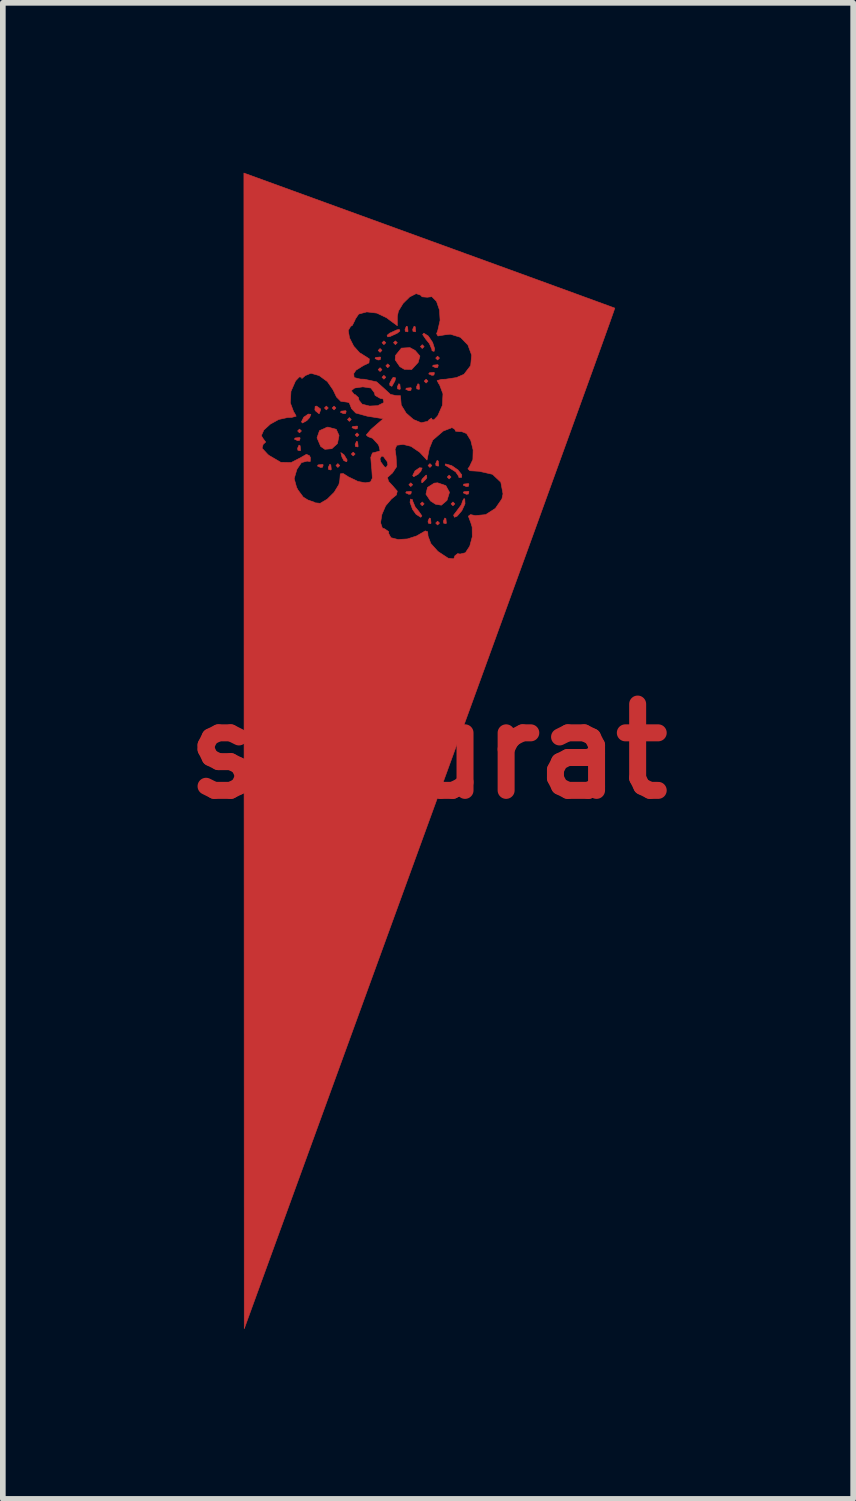
<source format=kicad_pcb>
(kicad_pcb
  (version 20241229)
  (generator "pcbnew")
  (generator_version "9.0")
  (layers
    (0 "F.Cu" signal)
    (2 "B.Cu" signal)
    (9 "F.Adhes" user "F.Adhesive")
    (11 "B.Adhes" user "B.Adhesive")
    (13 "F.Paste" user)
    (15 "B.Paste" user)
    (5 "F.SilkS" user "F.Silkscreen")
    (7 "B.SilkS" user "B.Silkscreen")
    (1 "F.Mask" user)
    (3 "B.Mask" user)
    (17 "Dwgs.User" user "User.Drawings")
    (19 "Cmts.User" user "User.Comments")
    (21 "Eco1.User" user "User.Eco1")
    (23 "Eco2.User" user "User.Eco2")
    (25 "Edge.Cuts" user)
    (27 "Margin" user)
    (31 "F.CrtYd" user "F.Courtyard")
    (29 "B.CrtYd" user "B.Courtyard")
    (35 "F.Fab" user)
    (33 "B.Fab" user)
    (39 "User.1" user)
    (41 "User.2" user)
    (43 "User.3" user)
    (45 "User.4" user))
  (footprint "sakurat"
    (layer "F.Cu")
    (at 4.507 10.215)
    (property "Reference" "sakurat" (at 0 0 0) (layer "F.Cu") (effects (font (size 1.524 1.524) (thickness 0.3))))
    (attr through_hole)
    (fp_poly (pts (xy -2.235 -5.656) (xy -2.269 -5.622) (xy -2.303 -5.656) (xy -2.269 -5.69) (xy -2.235 -5.656)) (stroke (width 0.01) (type solid)) (fill yes) (layer "F.Cu"))
    (fp_poly (pts (xy -1.761 -6.062) (xy -1.795 -6.028) (xy -1.829 -6.062) (xy -1.795 -6.096) (xy -1.761 -6.062)) (stroke (width 0.01) (type solid)) (fill yes) (layer "F.Cu"))
    (fp_poly (pts (xy -1.626 -6.062) (xy -1.659 -6.028) (xy -1.693 -6.062) (xy -1.659 -6.096) (xy -1.626 -6.062)) (stroke (width 0.01) (type solid)) (fill yes) (layer "F.Cu"))
    (fp_poly (pts (xy -1.558 -5.046) (xy -1.592 -5.012) (xy -1.626 -5.046) (xy -1.592 -5.08) (xy -1.558 -5.046)) (stroke (width 0.01) (type solid)) (fill yes) (layer "F.Cu"))
    (fp_poly (pts (xy -1.355 -5.859) (xy -1.389 -5.825) (xy -1.422 -5.859) (xy -1.389 -5.893) (xy -1.355 -5.859)) (stroke (width 0.01) (type solid)) (fill yes) (layer "F.Cu"))
    (fp_poly (pts (xy -1.287 -5.249) (xy -1.321 -5.215) (xy -1.355 -5.249) (xy -1.321 -5.283) (xy -1.287 -5.249)) (stroke (width 0.01) (type solid)) (fill yes) (layer "F.Cu"))
    (fp_poly (pts (xy -1.219 -5.588) (xy -1.253 -5.554) (xy -1.287 -5.588) (xy -1.253 -5.622) (xy -1.219 -5.588)) (stroke (width 0.01) (type solid)) (fill yes) (layer "F.Cu"))
    (fp_poly (pts (xy -0.813 -7.078) (xy -0.847 -7.044) (xy -0.881 -7.078) (xy -0.847 -7.112) (xy -0.813 -7.078)) (stroke (width 0.01) (type solid)) (fill yes) (layer "F.Cu"))
    (fp_poly (pts (xy -0.813 -6.739) (xy -0.847 -6.706) (xy -0.881 -6.739) (xy -0.847 -6.773) (xy -0.813 -6.739)) (stroke (width 0.01) (type solid)) (fill yes) (layer "F.Cu"))
    (fp_poly (pts (xy -0.745 -7.214) (xy -0.779 -7.18) (xy -0.813 -7.214) (xy -0.779 -7.247) (xy -0.745 -7.214)) (stroke (width 0.01) (type solid)) (fill yes) (layer "F.Cu"))
    (fp_poly (pts (xy -0.745 -6.604) (xy -0.779 -6.57) (xy -0.813 -6.604) (xy -0.779 -6.638) (xy -0.745 -6.604)) (stroke (width 0.01) (type solid)) (fill yes) (layer "F.Cu"))
    (fp_poly (pts (xy -0.677 -6.807) (xy -0.711 -6.773) (xy -0.745 -6.807) (xy -0.711 -6.841) (xy -0.677 -6.807)) (stroke (width 0.01) (type solid)) (fill yes) (layer "F.Cu"))
    (fp_poly (pts (xy -0.542 -7.214) (xy -0.576 -7.18) (xy -0.61 -7.214) (xy -0.576 -7.247) (xy -0.542 -7.214)) (stroke (width 0.01) (type solid)) (fill yes) (layer "F.Cu"))
    (fp_poly (pts (xy -0.271 -4.707) (xy -0.305 -4.674) (xy -0.339 -4.707) (xy -0.305 -4.741) (xy -0.271 -4.707)) (stroke (width 0.01) (type solid)) (fill yes) (layer "F.Cu"))
    (fp_poly (pts (xy -0.068 -7.146) (xy -0.102 -7.112) (xy -0.135 -7.146) (xy -0.102 -7.18) (xy -0.068 -7.146)) (stroke (width 0.01) (type solid)) (fill yes) (layer "F.Cu"))
    (fp_poly (pts (xy -0.068 -4.369) (xy -0.102 -4.335) (xy -0.135 -4.369) (xy -0.102 -4.403) (xy -0.068 -4.369)) (stroke (width 0.01) (type solid)) (fill yes) (layer "F.Cu"))
    (fp_poly (pts (xy 0 -6.536) (xy -0.034 -6.502) (xy -0.068 -6.536) (xy -0.034 -6.57) (xy 0 -6.536)) (stroke (width 0.01) (type solid)) (fill yes) (layer "F.Cu"))
    (fp_poly (pts (xy 0.068 -5.046) (xy 0.034 -5.012) (xy 0 -5.046) (xy 0.034 -5.08) (xy 0.068 -5.046)) (stroke (width 0.01) (type solid)) (fill yes) (layer "F.Cu"))
    (fp_poly (pts (xy 0.203 -6.943) (xy 0.169 -6.909) (xy 0.135 -6.943) (xy 0.169 -6.977) (xy 0.203 -6.943)) (stroke (width 0.01) (type solid)) (fill yes) (layer "F.Cu"))
    (fp_poly (pts (xy 0.203 -4.03) (xy 0.169 -3.996) (xy 0.135 -4.03) (xy 0.169 -4.064) (xy 0.203 -4.03)) (stroke (width 0.01) (type solid)) (fill yes) (layer "F.Cu"))
    (fp_poly (pts (xy 0.406 -4.843) (xy 0.373 -4.809) (xy 0.339 -4.843) (xy 0.373 -4.877) (xy 0.406 -4.843)) (stroke (width 0.01) (type solid)) (fill yes) (layer "F.Cu"))
    (fp_poly (pts (xy 0.474 -4.369) (xy 0.44 -4.335) (xy 0.406 -4.369) (xy 0.44 -4.403) (xy 0.474 -4.369)) (stroke (width 0.01) (type solid)) (fill yes) (layer "F.Cu"))
    (fp_poly (pts (xy -2.258 -5.532) (xy -2.267 -5.491) (xy -2.303 -5.486) (xy -2.359 -5.511) (xy -2.348 -5.532) (xy -2.268 -5.54) (xy -2.258 -5.532)) (stroke (width 0.01) (type solid)) (fill yes) (layer "F.Cu"))
    (fp_poly (pts (xy -2.258 -5.396) (xy -2.25 -5.316) (xy -2.258 -5.306) (xy -2.298 -5.315) (xy -2.303 -5.351) (xy -2.278 -5.407) (xy -2.258 -5.396)) (stroke (width 0.01) (type solid)) (fill yes) (layer "F.Cu"))
    (fp_poly (pts (xy -1.851 -5.057) (xy -1.861 -5.017) (xy -1.897 -5.012) (xy -1.952 -5.037) (xy -1.942 -5.057) (xy -1.861 -5.066) (xy -1.851 -5.057)) (stroke (width 0.01) (type solid)) (fill yes) (layer "F.Cu"))
    (fp_poly (pts (xy -1.716 -5.057) (xy -1.708 -4.977) (xy -1.716 -4.967) (xy -1.756 -4.976) (xy -1.761 -5.012) (xy -1.736 -5.068) (xy -1.716 -5.057)) (stroke (width 0.01) (type solid)) (fill yes) (layer "F.Cu"))
    (fp_poly (pts (xy -1.445 -6.006) (xy -1.454 -5.965) (xy -1.49 -5.961) (xy -1.546 -5.985) (xy -1.535 -6.006) (xy -1.455 -6.014) (xy -1.445 -6.006)) (stroke (width 0.01) (type solid)) (fill yes) (layer "F.Cu"))
    (fp_poly (pts (xy -1.242 -5.735) (xy -1.251 -5.694) (xy -1.287 -5.69) (xy -1.343 -5.714) (xy -1.332 -5.735) (xy -1.252 -5.743) (xy -1.242 -5.735)) (stroke (width 0.01) (type solid)) (fill yes) (layer "F.Cu"))
    (fp_poly (pts (xy -1.242 -5.464) (xy -1.234 -5.383) (xy -1.242 -5.374) (xy -1.282 -5.383) (xy -1.287 -5.419) (xy -1.262 -5.474) (xy -1.242 -5.464)) (stroke (width 0.01) (type solid)) (fill yes) (layer "F.Cu"))
    (fp_poly (pts (xy -0.835 -6.954) (xy -0.845 -6.914) (xy -0.881 -6.909) (xy -0.936 -6.934) (xy -0.926 -6.954) (xy -0.845 -6.962) (xy -0.835 -6.954)) (stroke (width 0.01) (type solid)) (fill yes) (layer "F.Cu"))
    (fp_poly (pts (xy -0.497 -6.48) (xy -0.489 -6.399) (xy -0.497 -6.39) (xy -0.537 -6.399) (xy -0.542 -6.435) (xy -0.517 -6.49) (xy -0.497 -6.48)) (stroke (width 0.01) (type solid)) (fill yes) (layer "F.Cu"))
    (fp_poly (pts (xy -0.361 -7.496) (xy -0.353 -7.415) (xy -0.361 -7.406) (xy -0.402 -7.415) (xy -0.406 -7.451) (xy -0.382 -7.506) (xy -0.361 -7.496)) (stroke (width 0.01) (type solid)) (fill yes) (layer "F.Cu"))
    (fp_poly (pts (xy -0.294 -6.412) (xy -0.303 -6.372) (xy -0.339 -6.367) (xy -0.394 -6.392) (xy -0.384 -6.412) (xy -0.303 -6.42) (xy -0.294 -6.412)) (stroke (width 0.01) (type solid)) (fill yes) (layer "F.Cu"))
    (fp_poly (pts (xy -0.294 -4.583) (xy -0.303 -4.543) (xy -0.339 -4.538) (xy -0.394 -4.563) (xy -0.384 -4.583) (xy -0.303 -4.591) (xy -0.294 -4.583)) (stroke (width 0.01) (type solid)) (fill yes) (layer "F.Cu"))
    (fp_poly (pts (xy -0.226 -7.496) (xy -0.218 -7.415) (xy -0.226 -7.406) (xy -0.266 -7.415) (xy -0.271 -7.451) (xy -0.246 -7.506) (xy -0.226 -7.496)) (stroke (width 0.01) (type solid)) (fill yes) (layer "F.Cu"))
    (fp_poly (pts (xy -0.158 -6.48) (xy -0.15 -6.399) (xy -0.158 -6.39) (xy -0.198 -6.399) (xy -0.203 -6.435) (xy -0.178 -6.49) (xy -0.158 -6.48)) (stroke (width 0.01) (type solid)) (fill yes) (layer "F.Cu"))
    (fp_poly (pts (xy 0.045 -4.109) (xy 0.053 -4.029) (xy 0.045 -4.019) (xy 0.005 -4.028) (xy 0 -4.064) (xy 0.025 -4.12) (xy 0.045 -4.109)) (stroke (width 0.01) (type solid)) (fill yes) (layer "F.Cu"))
    (fp_poly (pts (xy 0.113 -6.683) (xy 0.104 -6.643) (xy 0.068 -6.638) (xy 0.012 -6.663) (xy 0.023 -6.683) (xy 0.103 -6.691) (xy 0.113 -6.683)) (stroke (width 0.01) (type solid)) (fill yes) (layer "F.Cu"))
    (fp_poly (pts (xy 0.181 -6.818) (xy 0.171 -6.778) (xy 0.135 -6.773) (xy 0.08 -6.798) (xy 0.09 -6.818) (xy 0.171 -6.827) (xy 0.181 -6.818)) (stroke (width 0.01) (type solid)) (fill yes) (layer "F.Cu"))
    (fp_poly (pts (xy 0.181 -5.125) (xy 0.189 -5.045) (xy 0.181 -5.035) (xy 0.14 -5.044) (xy 0.135 -5.08) (xy 0.16 -5.136) (xy 0.181 -5.125)) (stroke (width 0.01) (type solid)) (fill yes) (layer "F.Cu"))
    (fp_poly (pts (xy 0.316 -4.109) (xy 0.324 -4.029) (xy 0.316 -4.019) (xy 0.276 -4.028) (xy 0.271 -4.064) (xy 0.296 -4.12) (xy 0.316 -4.109)) (stroke (width 0.01) (type solid)) (fill yes) (layer "F.Cu"))
    (fp_poly (pts (xy 0.722 -4.719) (xy 0.713 -4.678) (xy 0.677 -4.674) (xy 0.622 -4.698) (xy 0.632 -4.719) (xy 0.713 -4.727) (xy 0.722 -4.719)) (stroke (width 0.01) (type solid)) (fill yes) (layer "F.Cu"))
    (fp_poly (pts (xy 0.722 -4.583) (xy 0.713 -4.543) (xy 0.677 -4.538) (xy 0.622 -4.563) (xy 0.632 -4.583) (xy 0.713 -4.591) (xy 0.722 -4.583)) (stroke (width 0.01) (type solid)) (fill yes) (layer "F.Cu"))
    (fp_poly (pts (xy -2.068 -5.95) (xy -2.091 -5.892) (xy -2.14 -5.839) (xy -2.217 -5.796) (xy -2.235 -5.818) (xy -2.194 -5.9) (xy -2.114 -5.955) (xy -2.068 -5.95)) (stroke (width 0.01) (type solid)) (fill yes) (layer "F.Cu"))
    (fp_poly (pts (xy -1.491 -5.242) (xy -1.482 -5.234) (xy -1.428 -5.145) (xy -1.435 -5.112) (xy -1.486 -5.132) (xy -1.52 -5.196) (xy -1.54 -5.275) (xy -1.491 -5.242)) (stroke (width 0.01) (type solid)) (fill yes) (layer "F.Cu"))
    (fp_poly (pts (xy -0.572 -6.593) (xy -0.584 -6.54) (xy -0.638 -6.444) (xy -0.674 -6.46) (xy -0.677 -6.498) (xy -0.628 -6.59) (xy -0.61 -6.604) (xy -0.572 -6.593)) (stroke (width 0.01) (type solid)) (fill yes) (layer "F.Cu"))
    (fp_poly (pts (xy -0.104 -5.002) (xy -0.127 -4.944) (xy -0.176 -4.891) (xy -0.253 -4.848) (xy -0.271 -4.87) (xy -0.23 -4.952) (xy -0.15 -5.007) (xy -0.104 -5.002)) (stroke (width 0.01) (type solid)) (fill yes) (layer "F.Cu"))
    (fp_poly (pts (xy -1.899 -6.047) (xy -1.897 -6.028) (xy -1.92 -5.962) (xy -1.926 -5.961) (xy -1.984 -6.008) (xy -1.998 -6.028) (xy -1.993 -6.091) (xy -1.968 -6.096) (xy -1.899 -6.047)) (stroke (width 0.01) (type solid)) (fill yes) (layer "F.Cu"))
    (fp_poly (pts (xy -0.496 -7.421) (xy -0.542 -7.383) (xy -0.665 -7.326) (xy -0.711 -7.317) (xy -0.723 -7.345) (xy -0.677 -7.383) (xy -0.554 -7.44) (xy -0.508 -7.449) (xy -0.496 -7.421)) (stroke (width 0.01) (type solid)) (fill yes) (layer "F.Cu"))
    (fp_poly (pts (xy -0.021 -4.833) (xy -0.034 -4.809) (xy -0.098 -4.744) (xy -0.11 -4.741) (xy -0.114 -4.785) (xy -0.102 -4.809) (xy -0.038 -4.874) (xy -0.026 -4.877) (xy -0.021 -4.833)) (stroke (width 0.01) (type solid)) (fill yes) (layer "F.Cu"))
    (fp_poly (pts (xy -1.62 -5.685) (xy -1.571 -5.576) (xy -1.599 -5.434) (xy -1.698 -5.343) (xy -1.821 -5.332) (xy -1.895 -5.383) (xy -1.96 -5.535) (xy -1.916 -5.662) (xy -1.781 -5.723) (xy -1.76 -5.723) (xy -1.62 -5.685)) (stroke (width 0.01) (type solid)) (fill yes) (layer "F.Cu"))
    (fp_poly (pts (xy -0.273 -4.442) (xy -0.271 -4.419) (xy -0.227 -4.315) (xy -0.164 -4.238) (xy -0.108 -4.157) (xy -0.128 -4.132) (xy -0.211 -4.185) (xy -0.274 -4.273) (xy -0.318 -4.397) (xy -0.31 -4.454) (xy -0.273 -4.442)) (stroke (width 0.01) (type solid)) (fill yes) (layer "F.Cu"))
    (fp_poly (pts (xy -0.227 -7.077) (xy -0.143 -6.979) (xy -0.174 -6.866) (xy -0.289 -6.741) (xy -0.418 -6.744) (xy -0.497 -6.791) (xy -0.58 -6.912) (xy -0.574 -6.99) (xy -0.47 -7.119) (xy -0.32 -7.128) (xy -0.227 -7.077)) (stroke (width 0.01) (type solid)) (fill yes) (layer "F.Cu"))
    (fp_poly (pts (xy 0.005 -7.332) (xy 0.081 -7.219) (xy 0.118 -7.105) (xy 0.107 -7.061) (xy 0.07 -7.072) (xy 0.068 -7.096) (xy 0.024 -7.199) (xy -0.039 -7.276) (xy -0.095 -7.358) (xy -0.075 -7.383) (xy 0.005 -7.332)) (stroke (width 0.01) (type solid)) (fill yes) (layer "F.Cu"))
    (fp_poly (pts (xy 0.417 -5.045) (xy 0.529 -4.968) (xy 0.596 -4.882) (xy 0.593 -4.837) (xy 0.545 -4.834) (xy 0.542 -4.855) (xy 0.488 -4.934) (xy 0.389 -4.997) (xy 0.301 -5.053) (xy 0.309 -5.075) (xy 0.417 -5.045)) (stroke (width 0.01) (type solid)) (fill yes) (layer "F.Cu"))
    (fp_poly (pts (xy 0.649 -4.454) (xy 0.653 -4.37) (xy 0.597 -4.249) (xy 0.515 -4.153) (xy 0.467 -4.132) (xy 0.451 -4.17) (xy 0.503 -4.238) (xy 0.589 -4.354) (xy 0.61 -4.419) (xy 0.635 -4.463) (xy 0.649 -4.454)) (stroke (width 0.01) (type solid)) (fill yes) (layer "F.Cu"))
    (fp_poly (pts (xy 0.315 -4.691) (xy 0.379 -4.573) (xy 0.336 -4.434) (xy 0.332 -4.428) (xy 0.236 -4.346) (xy 0.132 -4.363) (xy 0.043 -4.421) (xy -0.037 -4.54) (xy -0.009 -4.66) (xy 0.109 -4.735) (xy 0.169 -4.741) (xy 0.315 -4.691)) (stroke (width 0.01) (type solid)) (fill yes) (layer "F.Cu"))
    (fp_poly (pts (xy 0.017 -9.021) (xy 0.649 -8.791) (xy 1.241 -8.576) (xy 1.782 -8.379) (xy 2.259 -8.205) (xy 2.66 -8.059) (xy 2.974 -7.944) (xy 3.188 -7.866) (xy 3.291 -7.828) (xy 3.298 -7.826) (xy 3.277 -7.763) (xy 3.212 -7.579) (xy 3.106 -7.283) (xy 2.961 -6.881) (xy 2.78 -6.38) (xy 2.566 -5.788) (xy 2.321 -5.112) (xy 2.048 -4.358) (xy 1.75 -3.535) (xy 1.428 -2.649) (xy 1.086 -1.707) (xy 0.726 -0.717) (xy 0.351 0.314) (xy 0.033 1.187) (xy -3.245 10.194) (xy -3.248 -0.008) (xy -3.249 -4.036) (xy -0.838 -4.036) (xy -0.806 -3.942) (xy -0.767 -3.929) (xy -0.696 -3.88) (xy -0.694 -3.844) (xy -0.655 -3.772) (xy -0.53 -3.74) (xy -0.364 -3.75) (xy -0.201 -3.803) (xy -0.165 -3.824) (xy -0.048 -3.892) (xy -0.006 -3.877) (xy 0 -3.8) (xy 0.05 -3.668) (xy 0.172 -3.532) (xy 0.178 -3.527) (xy 0.355 -3.41) (xy 0.454 -3.398) (xy 0.474 -3.452) (xy 0.523 -3.491) (xy 0.566 -3.483) (xy 0.66 -3.506) (xy 0.736 -3.621) (xy 0.781 -3.787) (xy 0.779 -3.959) (xy 0.756 -4.034) (xy 0.712 -4.152) (xy 0.75 -4.18) (xy 0.835 -4.162) (xy 1.017 -4.179) (xy 1.189 -4.289) (xy 1.304 -4.456) (xy 1.324 -4.545) (xy 1.285 -4.752) (xy 1.138 -4.891) (xy 0.904 -4.944) (xy 0.89 -4.945) (xy 0.739 -4.954) (xy 0.704 -4.989) (xy 0.732 -5.026) (xy 0.792 -5.153) (xy 0.796 -5.321) (xy 0.755 -5.488) (xy 0.68 -5.611) (xy 0.584 -5.648) (xy 0.567 -5.643) (xy 0.486 -5.652) (xy 0.474 -5.684) (xy 0.423 -5.715) (xy 0.274 -5.657) (xy 0.269 -5.655) (xy 0.083 -5.494) (xy 0.023 -5.345) (xy -0.018 -5.142) (xy -0.147 -5.28) (xy -0.302 -5.385) (xy -0.441 -5.419) (xy -0.552 -5.404) (xy -0.582 -5.333) (xy -0.564 -5.205) (xy -0.555 -5.025) (xy -0.629 -4.913) (xy -0.638 -4.906) (xy -0.716 -4.835) (xy -0.697 -4.766) (xy -0.628 -4.692) (xy -0.543 -4.594) (xy -0.558 -4.527) (xy -0.648 -4.453) (xy -0.749 -4.334) (xy -0.815 -4.181) (xy -0.838 -4.036) (xy -3.249 -4.036) (xy -3.25 -5.573) (xy -2.943 -5.573) (xy -2.91 -5.519) (xy -2.866 -5.461) (xy -2.911 -5.42) (xy -2.93 -5.352) (xy -2.829 -5.242) (xy -2.808 -5.225) (xy -2.6 -5.103) (xy -2.416 -5.099) (xy -2.257 -5.181) (xy -2.147 -5.244) (xy -2.093 -5.22) (xy -2.076 -5.184) (xy -2.08 -5.116) (xy -2.135 -5.124) (xy -2.235 -5.097) (xy -2.315 -4.979) (xy -2.363 -4.815) (xy -2.321 -4.662) (xy -2.297 -4.616) (xy -2.203 -4.489) (xy -2.12 -4.437) (xy -2.006 -4.398) (xy -1.994 -4.388) (xy -1.904 -4.379) (xy -1.78 -4.452) (xy -1.657 -4.574) (xy -1.574 -4.71) (xy -1.558 -4.784) (xy -1.549 -4.899) (xy -1.497 -4.905) (xy -1.407 -4.847) (xy -1.237 -4.765) (xy -1.109 -4.741) (xy -1.016 -4.756) (xy -0.983 -4.823) (xy -0.993 -4.981) (xy -0.997 -5.012) (xy -1.009 -5.166) (xy -0.849 -5.166) (xy -0.837 -5.114) (xy -0.772 -5.024) (xy -0.74 -5.012) (xy -0.709 -5.062) (xy -0.721 -5.114) (xy -0.786 -5.203) (xy -0.818 -5.215) (xy -0.849 -5.166) (xy -1.009 -5.166) (xy -1.011 -5.189) (xy -0.982 -5.268) (xy -0.921 -5.283) (xy -0.846 -5.305) (xy -0.867 -5.392) (xy -0.881 -5.419) (xy -0.979 -5.527) (xy -1.056 -5.554) (xy -1.091 -5.586) (xy -1.007 -5.684) (xy -0.974 -5.713) (xy -0.79 -5.872) (xy -1.072 -5.917) (xy -1.276 -5.973) (xy -1.354 -6.054) (xy -1.355 -6.063) (xy -1.391 -6.153) (xy -1.422 -6.164) (xy -1.541 -6.18) (xy -1.616 -6.256) (xy -1.669 -6.367) (xy -1.355 -6.367) (xy -1.303 -6.301) (xy -1.287 -6.299) (xy -1.227 -6.244) (xy -1.219 -6.198) (xy -1.163 -6.129) (xy -1.033 -6.096) (xy -0.888 -6.103) (xy -0.785 -6.155) (xy -0.779 -6.164) (xy -0.794 -6.222) (xy -0.843 -6.231) (xy -0.935 -6.284) (xy -0.948 -6.333) (xy -1.009 -6.414) (xy -1.151 -6.435) (xy -1.294 -6.415) (xy -1.355 -6.368) (xy -1.355 -6.367) (xy -1.669 -6.367) (xy -1.673 -6.377) (xy -1.777 -6.528) (xy -1.922 -6.634) (xy -2.067 -6.675) (xy -2.172 -6.632) (xy -2.178 -6.624) (xy -2.227 -6.582) (xy -2.236 -6.604) (xy -2.272 -6.611) (xy -2.339 -6.54) (xy -2.42 -6.356) (xy -2.431 -6.151) (xy -2.37 -5.988) (xy -2.357 -5.974) (xy -2.328 -5.917) (xy -2.409 -5.895) (xy -2.481 -5.893) (xy -2.636 -5.859) (xy -2.786 -5.776) (xy -2.899 -5.672) (xy -2.943 -5.573) (xy -3.25 -5.573) (xy -3.25 -7.431) (xy -1.409 -7.431) (xy -1.386 -7.299) (xy -1.312 -7.153) (xy -1.208 -7.037) (xy -1.164 -7.011) (xy -1.036 -6.929) (xy -1.043 -6.858) (xy -1.145 -6.809) (xy -1.272 -6.729) (xy -1.312 -6.669) (xy -1.305 -6.599) (xy -1.195 -6.572) (xy -1.125 -6.57) (xy -0.907 -6.523) (xy -0.777 -6.407) (xy -0.663 -6.302) (xy -0.562 -6.28) (xy -0.489 -6.281) (xy -0.485 -6.257) (xy -0.473 -6.113) (xy -0.386 -5.971) (xy -0.257 -5.858) (xy -0.119 -5.801) (xy -0.006 -5.827) (xy 0.016 -5.852) (xy 0.062 -5.884) (xy 0.069 -5.859) (xy 0.104 -5.852) (xy 0.171 -5.923) (xy 0.253 -6.107) (xy 0.264 -6.312) (xy 0.202 -6.475) (xy 0.19 -6.489) (xy 0.16 -6.546) (xy 0.241 -6.568) (xy 0.312 -6.57) (xy 0.502 -6.599) (xy 0.635 -6.657) (xy 0.753 -6.811) (xy 0.77 -6.996) (xy 0.704 -7.174) (xy 0.573 -7.309) (xy 0.393 -7.365) (xy 0.3 -7.354) (xy 0.175 -7.333) (xy 0.151 -7.374) (xy 0.172 -7.43) (xy 0.213 -7.609) (xy 0.202 -7.792) (xy 0.15 -7.943) (xy 0.068 -8.027) (xy -0.015 -8.017) (xy -0.105 -8.025) (xy -0.131 -8.054) (xy -0.21 -8.081) (xy -0.324 -8.023) (xy -0.439 -7.91) (xy -0.522 -7.774) (xy -0.542 -7.681) (xy -0.542 -7.514) (xy -0.734 -7.656) (xy -0.904 -7.737) (xy -1.082 -7.758) (xy -1.224 -7.72) (xy -1.287 -7.627) (xy -1.287 -7.618) (xy -1.337 -7.519) (xy -1.365 -7.504) (xy -1.409 -7.431) (xy -3.25 -7.431) (xy -3.251 -10.21) (xy 0.017 -9.021)) (stroke (width 0.01) (type solid)) (fill yes) (layer "F.Cu")))
  (gr_rect
    (start -3 -3)
    (end 12.013 23.414)
    (stroke (width 0.1) (type default))
    (fill no)
    (layer "Edge.Cuts")))
</source>
